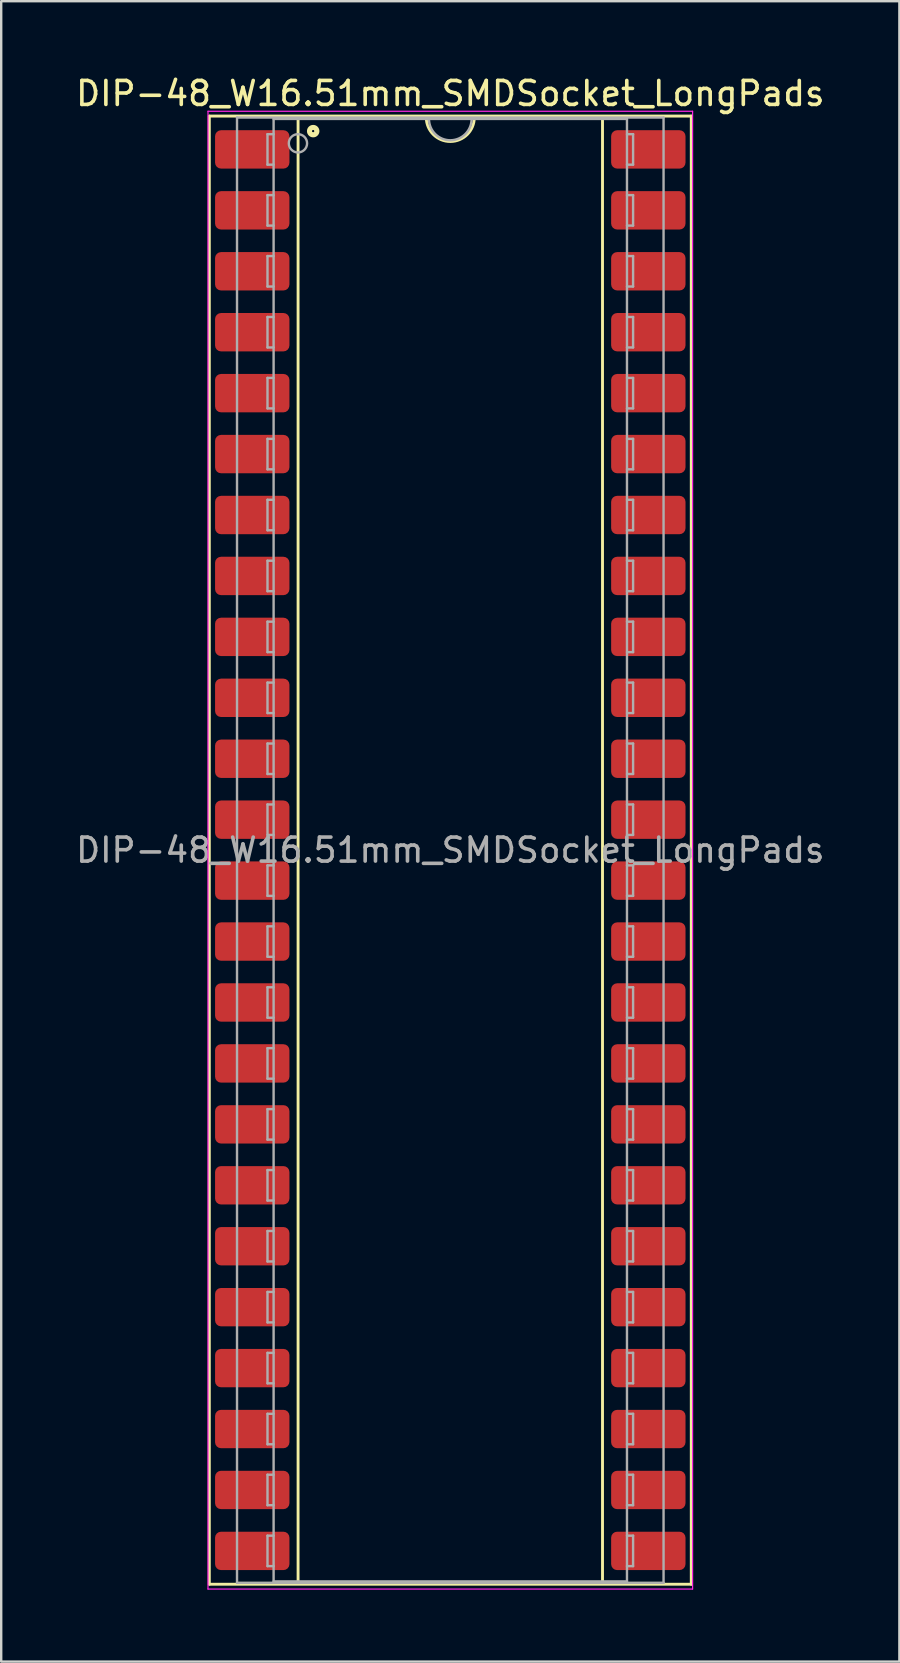
<source format=kicad_pcb>
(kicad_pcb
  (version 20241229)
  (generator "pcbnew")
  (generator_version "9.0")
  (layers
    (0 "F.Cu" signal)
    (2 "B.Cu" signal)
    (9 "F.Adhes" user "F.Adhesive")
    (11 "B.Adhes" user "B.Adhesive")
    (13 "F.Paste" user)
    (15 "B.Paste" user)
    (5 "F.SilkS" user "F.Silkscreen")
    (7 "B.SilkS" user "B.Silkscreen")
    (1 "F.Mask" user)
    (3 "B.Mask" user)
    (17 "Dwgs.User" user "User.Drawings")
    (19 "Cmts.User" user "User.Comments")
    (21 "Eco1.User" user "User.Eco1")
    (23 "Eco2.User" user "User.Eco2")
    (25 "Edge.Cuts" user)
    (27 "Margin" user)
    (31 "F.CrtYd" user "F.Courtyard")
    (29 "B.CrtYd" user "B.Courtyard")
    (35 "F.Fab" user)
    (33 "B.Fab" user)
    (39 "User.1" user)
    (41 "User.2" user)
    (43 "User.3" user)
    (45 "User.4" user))
  (footprint "DIP-48_W16.51mm_SMDSocket_LongPads"
    (layer "F.Cu")
    (at 15.72 32.388)
    (property "Reference" "DIP-48_W16.51mm_SMDSocket_LongPads" (at 0 -31.54 0) (layer "F.SilkS") (effects (font (size 1 1) (thickness 0.15))))
    (attr smd)
    (fp_line (start -10.045 -30.6) (end -10.045 30.6) (stroke (width 0.12) (type solid)) (layer "F.SilkS"))
    (fp_line (start -10.045 30.6) (end 10.045 30.6) (stroke (width 0.12) (type solid)) (layer "F.SilkS"))
    (fp_line (start -6.345 -30.54) (end -6.345 30.54) (stroke (width 0.12) (type solid)) (layer "F.SilkS"))
    (fp_line (start -6.345 30.54) (end 6.345 30.54) (stroke (width 0.12) (type solid)) (layer "F.SilkS"))
    (fp_line (start -1 -30.54) (end -6.345 -30.54) (stroke (width 0.12) (type solid)) (layer "F.SilkS"))
    (fp_line (start 6.345 -30.54) (end 1 -30.54) (stroke (width 0.12) (type solid)) (layer "F.SilkS"))
    (fp_line (start 6.345 30.54) (end 6.345 -30.54) (stroke (width 0.12) (type solid)) (layer "F.SilkS"))
    (fp_line (start 10.045 -30.6) (end -10.045 -30.6) (stroke (width 0.12) (type solid)) (layer "F.SilkS"))
    (fp_line (start 10.045 30.6) (end 10.045 -30.6) (stroke (width 0.12) (type solid)) (layer "F.SilkS"))
    (fp_arc (start 1 -30.54) (mid 0 -29.54) (end -1 -30.54) (stroke (width 0.12) (type solid)) (layer "F.SilkS"))
    (fp_circle (center -5.715 -29.972) (end -5.665 -29.972) (stroke (width 0.12) (type solid)) (fill no) (layer "F.SilkS"))
    (fp_circle (center -5.715 -29.972) (end -5.59 -29.972) (stroke (width 0.12) (type solid)) (fill no) (layer "F.SilkS"))
    (fp_circle (center -5.715 -29.972) (end -5.515 -29.972) (stroke (width 0.12) (type solid)) (fill no) (layer "F.SilkS"))
    (fp_line (start -10.1 -30.8) (end -10.1 30.8) (stroke (width 0.05) (type solid)) (layer "F.CrtYd"))
    (fp_line (start -10.1 30.8) (end 10.1 30.8) (stroke (width 0.05) (type solid)) (layer "F.CrtYd"))
    (fp_line (start 10.1 -30.8) (end -10.1 -30.8) (stroke (width 0.05) (type solid)) (layer "F.CrtYd"))
    (fp_line (start 10.1 30.8) (end 10.1 -30.8) (stroke (width 0.05) (type solid)) (layer "F.CrtYd"))
    (fp_line (start -8.89 -30.54) (end -8.89 30.54) (stroke (width 0.1) (type solid)) (layer "F.Fab"))
    (fp_line (start -8.89 30.54) (end 8.89 30.54) (stroke (width 0.1) (type solid)) (layer "F.Fab"))
    (fp_line (start -7.62 -29.845) (end -7.62 -28.575) (stroke (width 0.1) (type solid)) (layer "F.Fab"))
    (fp_line (start -7.62 -29.845) (end -7.366 -29.845) (stroke (width 0.1) (type solid)) (layer "F.Fab"))
    (fp_line (start -7.62 -28.575) (end -7.366 -28.575) (stroke (width 0.1) (type solid)) (layer "F.Fab"))
    (fp_line (start -7.62 -27.305) (end -7.62 -26.035) (stroke (width 0.1) (type solid)) (layer "F.Fab"))
    (fp_line (start -7.62 -27.305) (end -7.366 -27.305) (stroke (width 0.1) (type solid)) (layer "F.Fab"))
    (fp_line (start -7.62 -26.035) (end -7.366 -26.035) (stroke (width 0.1) (type solid)) (layer "F.Fab"))
    (fp_line (start -7.62 -24.765) (end -7.62 -23.495) (stroke (width 0.1) (type solid)) (layer "F.Fab"))
    (fp_line (start -7.62 -24.765) (end -7.366 -24.765) (stroke (width 0.1) (type solid)) (layer "F.Fab"))
    (fp_line (start -7.62 -23.495) (end -7.366 -23.495) (stroke (width 0.1) (type solid)) (layer "F.Fab"))
    (fp_line (start -7.62 -22.225) (end -7.62 -20.955) (stroke (width 0.1) (type solid)) (layer "F.Fab"))
    (fp_line (start -7.62 -22.225) (end -7.366 -22.225) (stroke (width 0.1) (type solid)) (layer "F.Fab"))
    (fp_line (start -7.62 -20.955) (end -7.366 -20.955) (stroke (width 0.1) (type solid)) (layer "F.Fab"))
    (fp_line (start -7.62 -19.685) (end -7.62 -18.415) (stroke (width 0.1) (type solid)) (layer "F.Fab"))
    (fp_line (start -7.62 -19.685) (end -7.366 -19.685) (stroke (width 0.1) (type solid)) (layer "F.Fab"))
    (fp_line (start -7.62 -18.415) (end -7.366 -18.415) (stroke (width 0.1) (type solid)) (layer "F.Fab"))
    (fp_line (start -7.62 -17.145) (end -7.62 -15.875) (stroke (width 0.1) (type solid)) (layer "F.Fab"))
    (fp_line (start -7.62 -17.145) (end -7.366 -17.145) (stroke (width 0.1) (type solid)) (layer "F.Fab"))
    (fp_line (start -7.62 -15.875) (end -7.366 -15.875) (stroke (width 0.1) (type solid)) (layer "F.Fab"))
    (fp_line (start -7.62 -14.605) (end -7.62 -13.335) (stroke (width 0.1) (type solid)) (layer "F.Fab"))
    (fp_line (start -7.62 -14.605) (end -7.366 -14.605) (stroke (width 0.1) (type solid)) (layer "F.Fab"))
    (fp_line (start -7.62 -13.335) (end -7.366 -13.335) (stroke (width 0.1) (type solid)) (layer "F.Fab"))
    (fp_line (start -7.62 -12.065) (end -7.62 -10.795) (stroke (width 0.1) (type solid)) (layer "F.Fab"))
    (fp_line (start -7.62 -12.065) (end -7.366 -12.065) (stroke (width 0.1) (type solid)) (layer "F.Fab"))
    (fp_line (start -7.62 -10.795) (end -7.366 -10.795) (stroke (width 0.1) (type solid)) (layer "F.Fab"))
    (fp_line (start -7.62 -9.525) (end -7.62 -8.255) (stroke (width 0.1) (type solid)) (layer "F.Fab"))
    (fp_line (start -7.62 -9.525) (end -7.366 -9.525) (stroke (width 0.1) (type solid)) (layer "F.Fab"))
    (fp_line (start -7.62 -8.255) (end -7.366 -8.255) (stroke (width 0.1) (type solid)) (layer "F.Fab"))
    (fp_line (start -7.62 -6.985) (end -7.62 -5.715) (stroke (width 0.1) (type solid)) (layer "F.Fab"))
    (fp_line (start -7.62 -6.985) (end -7.366 -6.985) (stroke (width 0.1) (type solid)) (layer "F.Fab"))
    (fp_line (start -7.62 -5.715) (end -7.366 -5.715) (stroke (width 0.1) (type solid)) (layer "F.Fab"))
    (fp_line (start -7.62 -4.445) (end -7.62 -3.175) (stroke (width 0.1) (type solid)) (layer "F.Fab"))
    (fp_line (start -7.62 -4.445) (end -7.366 -4.445) (stroke (width 0.1) (type solid)) (layer "F.Fab"))
    (fp_line (start -7.62 -3.175) (end -7.366 -3.175) (stroke (width 0.1) (type solid)) (layer "F.Fab"))
    (fp_line (start -7.62 -1.905) (end -7.62 -0.635) (stroke (width 0.1) (type solid)) (layer "F.Fab"))
    (fp_line (start -7.62 -1.905) (end -7.366 -1.905) (stroke (width 0.1) (type solid)) (layer "F.Fab"))
    (fp_line (start -7.62 -0.635) (end -7.366 -0.635) (stroke (width 0.1) (type solid)) (layer "F.Fab"))
    (fp_line (start -7.62 0.635) (end -7.62 1.905) (stroke (width 0.1) (type solid)) (layer "F.Fab"))
    (fp_line (start -7.62 0.635) (end -7.366 0.635) (stroke (width 0.1) (type solid)) (layer "F.Fab"))
    (fp_line (start -7.62 1.905) (end -7.366 1.905) (stroke (width 0.1) (type solid)) (layer "F.Fab"))
    (fp_line (start -7.62 3.175) (end -7.62 4.445) (stroke (width 0.1) (type solid)) (layer "F.Fab"))
    (fp_line (start -7.62 3.175) (end -7.366 3.175) (stroke (width 0.1) (type solid)) (layer "F.Fab"))
    (fp_line (start -7.62 4.445) (end -7.366 4.445) (stroke (width 0.1) (type solid)) (layer "F.Fab"))
    (fp_line (start -7.62 5.715) (end -7.62 6.985) (stroke (width 0.1) (type solid)) (layer "F.Fab"))
    (fp_line (start -7.62 5.715) (end -7.366 5.715) (stroke (width 0.1) (type solid)) (layer "F.Fab"))
    (fp_line (start -7.62 6.985) (end -7.366 6.985) (stroke (width 0.1) (type solid)) (layer "F.Fab"))
    (fp_line (start -7.62 8.255) (end -7.62 9.525) (stroke (width 0.1) (type solid)) (layer "F.Fab"))
    (fp_line (start -7.62 8.255) (end -7.366 8.255) (stroke (width 0.1) (type solid)) (layer "F.Fab"))
    (fp_line (start -7.62 9.525) (end -7.366 9.525) (stroke (width 0.1) (type solid)) (layer "F.Fab"))
    (fp_line (start -7.62 10.795) (end -7.62 12.065) (stroke (width 0.1) (type solid)) (layer "F.Fab"))
    (fp_line (start -7.62 10.795) (end -7.366 10.795) (stroke (width 0.1) (type solid)) (layer "F.Fab"))
    (fp_line (start -7.62 12.065) (end -7.366 12.065) (stroke (width 0.1) (type solid)) (layer "F.Fab"))
    (fp_line (start -7.62 13.335) (end -7.62 14.605) (stroke (width 0.1) (type solid)) (layer "F.Fab"))
    (fp_line (start -7.62 13.335) (end -7.366 13.335) (stroke (width 0.1) (type solid)) (layer "F.Fab"))
    (fp_line (start -7.62 14.605) (end -7.366 14.605) (stroke (width 0.1) (type solid)) (layer "F.Fab"))
    (fp_line (start -7.62 15.875) (end -7.62 17.145) (stroke (width 0.1) (type solid)) (layer "F.Fab"))
    (fp_line (start -7.62 15.875) (end -7.366 15.875) (stroke (width 0.1) (type solid)) (layer "F.Fab"))
    (fp_line (start -7.62 17.145) (end -7.366 17.145) (stroke (width 0.1) (type solid)) (layer "F.Fab"))
    (fp_line (start -7.62 18.415) (end -7.62 19.685) (stroke (width 0.1) (type solid)) (layer "F.Fab"))
    (fp_line (start -7.62 18.415) (end -7.366 18.415) (stroke (width 0.1) (type solid)) (layer "F.Fab"))
    (fp_line (start -7.62 19.685) (end -7.366 19.685) (stroke (width 0.1) (type solid)) (layer "F.Fab"))
    (fp_line (start -7.62 20.955) (end -7.62 22.225) (stroke (width 0.1) (type solid)) (layer "F.Fab"))
    (fp_line (start -7.62 20.955) (end -7.366 20.955) (stroke (width 0.1) (type solid)) (layer "F.Fab"))
    (fp_line (start -7.62 22.225) (end -7.366 22.225) (stroke (width 0.1) (type solid)) (layer "F.Fab"))
    (fp_line (start -7.62 23.495) (end -7.62 24.765) (stroke (width 0.1) (type solid)) (layer "F.Fab"))
    (fp_line (start -7.62 23.495) (end -7.366 23.495) (stroke (width 0.1) (type solid)) (layer "F.Fab"))
    (fp_line (start -7.62 24.765) (end -7.366 24.765) (stroke (width 0.1) (type solid)) (layer "F.Fab"))
    (fp_line (start -7.62 26.035) (end -7.62 27.305) (stroke (width 0.1) (type solid)) (layer "F.Fab"))
    (fp_line (start -7.62 26.035) (end -7.366 26.035) (stroke (width 0.1) (type solid)) (layer "F.Fab"))
    (fp_line (start -7.62 27.305) (end -7.366 27.305) (stroke (width 0.1) (type solid)) (layer "F.Fab"))
    (fp_line (start -7.62 28.575) (end -7.62 29.845) (stroke (width 0.1) (type solid)) (layer "F.Fab"))
    (fp_line (start -7.62 28.575) (end -7.366 28.575) (stroke (width 0.1) (type solid)) (layer "F.Fab"))
    (fp_line (start -7.62 29.845) (end -7.366 29.845) (stroke (width 0.1) (type solid)) (layer "F.Fab"))
    (fp_line (start -7.365 -30.48) (end 7.365 -30.48) (stroke (width 0.1) (type solid)) (layer "F.Fab"))
    (fp_line (start -7.365 30.48) (end -7.365 -30.48) (stroke (width 0.1) (type solid)) (layer "F.Fab"))
    (fp_line (start 7.365 -30.48) (end 7.365 30.48) (stroke (width 0.1) (type solid)) (layer "F.Fab"))
    (fp_line (start 7.365 30.48) (end -7.365 30.48) (stroke (width 0.1) (type solid)) (layer "F.Fab"))
    (fp_line (start 7.62 -29.845) (end 7.366 -29.845) (stroke (width 0.1) (type solid)) (layer "F.Fab"))
    (fp_line (start 7.62 -28.575) (end 7.366 -28.575) (stroke (width 0.1) (type solid)) (layer "F.Fab"))
    (fp_line (start 7.62 -28.575) (end 7.62 -29.845) (stroke (width 0.1) (type solid)) (layer "F.Fab"))
    (fp_line (start 7.62 -27.305) (end 7.366 -27.305) (stroke (width 0.1) (type solid)) (layer "F.Fab"))
    (fp_line (start 7.62 -26.035) (end 7.366 -26.035) (stroke (width 0.1) (type solid)) (layer "F.Fab"))
    (fp_line (start 7.62 -26.035) (end 7.62 -27.305) (stroke (width 0.1) (type solid)) (layer "F.Fab"))
    (fp_line (start 7.62 -24.765) (end 7.366 -24.765) (stroke (width 0.1) (type solid)) (layer "F.Fab"))
    (fp_line (start 7.62 -23.495) (end 7.366 -23.495) (stroke (width 0.1) (type solid)) (layer "F.Fab"))
    (fp_line (start 7.62 -23.495) (end 7.62 -24.765) (stroke (width 0.1) (type solid)) (layer "F.Fab"))
    (fp_line (start 7.62 -22.225) (end 7.366 -22.225) (stroke (width 0.1) (type solid)) (layer "F.Fab"))
    (fp_line (start 7.62 -20.955) (end 7.366 -20.955) (stroke (width 0.1) (type solid)) (layer "F.Fab"))
    (fp_line (start 7.62 -20.955) (end 7.62 -22.225) (stroke (width 0.1) (type solid)) (layer "F.Fab"))
    (fp_line (start 7.62 -19.685) (end 7.366 -19.685) (stroke (width 0.1) (type solid)) (layer "F.Fab"))
    (fp_line (start 7.62 -18.415) (end 7.366 -18.415) (stroke (width 0.1) (type solid)) (layer "F.Fab"))
    (fp_line (start 7.62 -18.415) (end 7.62 -19.685) (stroke (width 0.1) (type solid)) (layer "F.Fab"))
    (fp_line (start 7.62 -17.145) (end 7.366 -17.145) (stroke (width 0.1) (type solid)) (layer "F.Fab"))
    (fp_line (start 7.62 -15.875) (end 7.366 -15.875) (stroke (width 0.1) (type solid)) (layer "F.Fab"))
    (fp_line (start 7.62 -15.875) (end 7.62 -17.145) (stroke (width 0.1) (type solid)) (layer "F.Fab"))
    (fp_line (start 7.62 -14.605) (end 7.366 -14.605) (stroke (width 0.1) (type solid)) (layer "F.Fab"))
    (fp_line (start 7.62 -13.335) (end 7.366 -13.335) (stroke (width 0.1) (type solid)) (layer "F.Fab"))
    (fp_line (start 7.62 -13.335) (end 7.62 -14.605) (stroke (width 0.1) (type solid)) (layer "F.Fab"))
    (fp_line (start 7.62 -12.065) (end 7.366 -12.065) (stroke (width 0.1) (type solid)) (layer "F.Fab"))
    (fp_line (start 7.62 -10.795) (end 7.366 -10.795) (stroke (width 0.1) (type solid)) (layer "F.Fab"))
    (fp_line (start 7.62 -10.795) (end 7.62 -12.065) (stroke (width 0.1) (type solid)) (layer "F.Fab"))
    (fp_line (start 7.62 -9.525) (end 7.366 -9.525) (stroke (width 0.1) (type solid)) (layer "F.Fab"))
    (fp_line (start 7.62 -8.255) (end 7.366 -8.255) (stroke (width 0.1) (type solid)) (layer "F.Fab"))
    (fp_line (start 7.62 -8.255) (end 7.62 -9.525) (stroke (width 0.1) (type solid)) (layer "F.Fab"))
    (fp_line (start 7.62 -6.985) (end 7.366 -6.985) (stroke (width 0.1) (type solid)) (layer "F.Fab"))
    (fp_line (start 7.62 -5.715) (end 7.366 -5.715) (stroke (width 0.1) (type solid)) (layer "F.Fab"))
    (fp_line (start 7.62 -5.715) (end 7.62 -6.985) (stroke (width 0.1) (type solid)) (layer "F.Fab"))
    (fp_line (start 7.62 -4.445) (end 7.366 -4.445) (stroke (width 0.1) (type solid)) (layer "F.Fab"))
    (fp_line (start 7.62 -3.175) (end 7.366 -3.175) (stroke (width 0.1) (type solid)) (layer "F.Fab"))
    (fp_line (start 7.62 -3.175) (end 7.62 -4.445) (stroke (width 0.1) (type solid)) (layer "F.Fab"))
    (fp_line (start 7.62 -1.905) (end 7.366 -1.905) (stroke (width 0.1) (type solid)) (layer "F.Fab"))
    (fp_line (start 7.62 -0.635) (end 7.366 -0.635) (stroke (width 0.1) (type solid)) (layer "F.Fab"))
    (fp_line (start 7.62 -0.635) (end 7.62 -1.905) (stroke (width 0.1) (type solid)) (layer "F.Fab"))
    (fp_line (start 7.62 0.635) (end 7.366 0.635) (stroke (width 0.1) (type solid)) (layer "F.Fab"))
    (fp_line (start 7.62 1.905) (end 7.366 1.905) (stroke (width 0.1) (type solid)) (layer "F.Fab"))
    (fp_line (start 7.62 1.905) (end 7.62 0.635) (stroke (width 0.1) (type solid)) (layer "F.Fab"))
    (fp_line (start 7.62 3.175) (end 7.366 3.175) (stroke (width 0.1) (type solid)) (layer "F.Fab"))
    (fp_line (start 7.62 4.445) (end 7.366 4.445) (stroke (width 0.1) (type solid)) (layer "F.Fab"))
    (fp_line (start 7.62 4.445) (end 7.62 3.175) (stroke (width 0.1) (type solid)) (layer "F.Fab"))
    (fp_line (start 7.62 5.715) (end 7.366 5.715) (stroke (width 0.1) (type solid)) (layer "F.Fab"))
    (fp_line (start 7.62 6.985) (end 7.366 6.985) (stroke (width 0.1) (type solid)) (layer "F.Fab"))
    (fp_line (start 7.62 6.985) (end 7.62 5.715) (stroke (width 0.1) (type solid)) (layer "F.Fab"))
    (fp_line (start 7.62 8.255) (end 7.366 8.255) (stroke (width 0.1) (type solid)) (layer "F.Fab"))
    (fp_line (start 7.62 9.525) (end 7.366 9.525) (stroke (width 0.1) (type solid)) (layer "F.Fab"))
    (fp_line (start 7.62 9.525) (end 7.62 8.255) (stroke (width 0.1) (type solid)) (layer "F.Fab"))
    (fp_line (start 7.62 10.795) (end 7.366 10.795) (stroke (width 0.1) (type solid)) (layer "F.Fab"))
    (fp_line (start 7.62 12.065) (end 7.366 12.065) (stroke (width 0.1) (type solid)) (layer "F.Fab"))
    (fp_line (start 7.62 12.065) (end 7.62 10.795) (stroke (width 0.1) (type solid)) (layer "F.Fab"))
    (fp_line (start 7.62 13.335) (end 7.366 13.335) (stroke (width 0.1) (type solid)) (layer "F.Fab"))
    (fp_line (start 7.62 14.605) (end 7.366 14.605) (stroke (width 0.1) (type solid)) (layer "F.Fab"))
    (fp_line (start 7.62 14.605) (end 7.62 13.335) (stroke (width 0.1) (type solid)) (layer "F.Fab"))
    (fp_line (start 7.62 15.875) (end 7.366 15.875) (stroke (width 0.1) (type solid)) (layer "F.Fab"))
    (fp_line (start 7.62 17.145) (end 7.366 17.145) (stroke (width 0.1) (type solid)) (layer "F.Fab"))
    (fp_line (start 7.62 17.145) (end 7.62 15.875) (stroke (width 0.1) (type solid)) (layer "F.Fab"))
    (fp_line (start 7.62 18.415) (end 7.366 18.415) (stroke (width 0.1) (type solid)) (layer "F.Fab"))
    (fp_line (start 7.62 19.685) (end 7.366 19.685) (stroke (width 0.1) (type solid)) (layer "F.Fab"))
    (fp_line (start 7.62 19.685) (end 7.62 18.415) (stroke (width 0.1) (type solid)) (layer "F.Fab"))
    (fp_line (start 7.62 20.955) (end 7.366 20.955) (stroke (width 0.1) (type solid)) (layer "F.Fab"))
    (fp_line (start 7.62 22.225) (end 7.366 22.225) (stroke (width 0.1) (type solid)) (layer "F.Fab"))
    (fp_line (start 7.62 22.225) (end 7.62 20.955) (stroke (width 0.1) (type solid)) (layer "F.Fab"))
    (fp_line (start 7.62 23.495) (end 7.366 23.495) (stroke (width 0.1) (type solid)) (layer "F.Fab"))
    (fp_line (start 7.62 24.765) (end 7.366 24.765) (stroke (width 0.1) (type solid)) (layer "F.Fab"))
    (fp_line (start 7.62 24.765) (end 7.62 23.495) (stroke (width 0.1) (type solid)) (layer "F.Fab"))
    (fp_line (start 7.62 26.035) (end 7.366 26.035) (stroke (width 0.1) (type solid)) (layer "F.Fab"))
    (fp_line (start 7.62 27.305) (end 7.366 27.305) (stroke (width 0.1) (type solid)) (layer "F.Fab"))
    (fp_line (start 7.62 27.305) (end 7.62 26.035) (stroke (width 0.1) (type solid)) (layer "F.Fab"))
    (fp_line (start 7.62 28.575) (end 7.366 28.575) (stroke (width 0.1) (type solid)) (layer "F.Fab"))
    (fp_line (start 7.62 29.845) (end 7.366 29.845) (stroke (width 0.1) (type solid)) (layer "F.Fab"))
    (fp_line (start 7.62 29.845) (end 7.62 28.575) (stroke (width 0.1) (type solid)) (layer "F.Fab"))
    (fp_line (start 8.89 -30.54) (end -8.89 -30.54) (stroke (width 0.1) (type solid)) (layer "F.Fab"))
    (fp_line (start 8.89 30.54) (end 8.89 -30.54) (stroke (width 0.1) (type solid)) (layer "F.Fab"))
    (fp_arc (start 0.889 -30.48) (mid 0 -29.591) (end -0.889 -30.48) (stroke (width 0.1) (type solid)) (layer "F.Fab"))
    (fp_circle (center -6.35 -29.464) (end -5.969 -29.464) (stroke (width 0.1) (type solid)) (fill no) (layer "F.Fab"))
    (fp_text user "${REFERENCE}" (at 0 0 0) (layer "F.Fab") (effects (font (size 1 1) (thickness 0.15))))
    (pad "1" smd roundrect (at -8.255 -29.21) (size 3.1 1.6) (layers "F.Cu" "F.Mask" "F.Paste") (roundrect_rratio 0.156))
    (pad "2" smd roundrect (at -8.255 -26.67) (size 3.1 1.6) (layers "F.Cu" "F.Mask" "F.Paste") (roundrect_rratio 0.156))
    (pad "3" smd roundrect (at -8.255 -24.13) (size 3.1 1.6) (layers "F.Cu" "F.Mask" "F.Paste") (roundrect_rratio 0.156))
    (pad "4" smd roundrect (at -8.255 -21.59) (size 3.1 1.6) (layers "F.Cu" "F.Mask" "F.Paste") (roundrect_rratio 0.156))
    (pad "5" smd roundrect (at -8.255 -19.05) (size 3.1 1.6) (layers "F.Cu" "F.Mask" "F.Paste") (roundrect_rratio 0.156))
    (pad "6" smd roundrect (at -8.255 -16.51) (size 3.1 1.6) (layers "F.Cu" "F.Mask" "F.Paste") (roundrect_rratio 0.156))
    (pad "7" smd roundrect (at -8.255 -13.97) (size 3.1 1.6) (layers "F.Cu" "F.Mask" "F.Paste") (roundrect_rratio 0.156))
    (pad "8" smd roundrect (at -8.255 -11.43) (size 3.1 1.6) (layers "F.Cu" "F.Mask" "F.Paste") (roundrect_rratio 0.156))
    (pad "9" smd roundrect (at -8.255 -8.89) (size 3.1 1.6) (layers "F.Cu" "F.Mask" "F.Paste") (roundrect_rratio 0.156))
    (pad "10" smd roundrect (at -8.255 -6.35) (size 3.1 1.6) (layers "F.Cu" "F.Mask" "F.Paste") (roundrect_rratio 0.156))
    (pad "11" smd roundrect (at -8.255 -3.81) (size 3.1 1.6) (layers "F.Cu" "F.Mask" "F.Paste") (roundrect_rratio 0.156))
    (pad "12" smd roundrect (at -8.255 -1.27) (size 3.1 1.6) (layers "F.Cu" "F.Mask" "F.Paste") (roundrect_rratio 0.156))
    (pad "13" smd roundrect (at -8.255 1.27) (size 3.1 1.6) (layers "F.Cu" "F.Mask" "F.Paste") (roundrect_rratio 0.156))
    (pad "14" smd roundrect (at -8.255 3.81) (size 3.1 1.6) (layers "F.Cu" "F.Mask" "F.Paste") (roundrect_rratio 0.156))
    (pad "15" smd roundrect (at -8.255 6.35) (size 3.1 1.6) (layers "F.Cu" "F.Mask" "F.Paste") (roundrect_rratio 0.156))
    (pad "16" smd roundrect (at -8.255 8.89) (size 3.1 1.6) (layers "F.Cu" "F.Mask" "F.Paste") (roundrect_rratio 0.156))
    (pad "17" smd roundrect (at -8.255 11.43) (size 3.1 1.6) (layers "F.Cu" "F.Mask" "F.Paste") (roundrect_rratio 0.156))
    (pad "18" smd roundrect (at -8.255 13.97) (size 3.1 1.6) (layers "F.Cu" "F.Mask" "F.Paste") (roundrect_rratio 0.156))
    (pad "19" smd roundrect (at -8.255 16.51) (size 3.1 1.6) (layers "F.Cu" "F.Mask" "F.Paste") (roundrect_rratio 0.156))
    (pad "20" smd roundrect (at -8.255 19.05) (size 3.1 1.6) (layers "F.Cu" "F.Mask" "F.Paste") (roundrect_rratio 0.156))
    (pad "21" smd roundrect (at -8.255 21.59) (size 3.1 1.6) (layers "F.Cu" "F.Mask" "F.Paste") (roundrect_rratio 0.156))
    (pad "22" smd roundrect (at -8.255 24.13) (size 3.1 1.6) (layers "F.Cu" "F.Mask" "F.Paste") (roundrect_rratio 0.156))
    (pad "23" smd roundrect (at -8.255 26.67) (size 3.1 1.6) (layers "F.Cu" "F.Mask" "F.Paste") (roundrect_rratio 0.156))
    (pad "24" smd roundrect (at -8.255 29.21) (size 3.1 1.6) (layers "F.Cu" "F.Mask" "F.Paste") (roundrect_rratio 0.156))
    (pad "25" smd roundrect (at 8.255 29.21) (size 3.1 1.6) (layers "F.Cu" "F.Mask" "F.Paste") (roundrect_rratio 0.156))
    (pad "26" smd roundrect (at 8.255 26.67) (size 3.1 1.6) (layers "F.Cu" "F.Mask" "F.Paste") (roundrect_rratio 0.156))
    (pad "27" smd roundrect (at 8.255 24.13) (size 3.1 1.6) (layers "F.Cu" "F.Mask" "F.Paste") (roundrect_rratio 0.156))
    (pad "28" smd roundrect (at 8.255 21.59) (size 3.1 1.6) (layers "F.Cu" "F.Mask" "F.Paste") (roundrect_rratio 0.156))
    (pad "29" smd roundrect (at 8.255 19.05) (size 3.1 1.6) (layers "F.Cu" "F.Mask" "F.Paste") (roundrect_rratio 0.156))
    (pad "30" smd roundrect (at 8.255 16.51) (size 3.1 1.6) (layers "F.Cu" "F.Mask" "F.Paste") (roundrect_rratio 0.156))
    (pad "31" smd roundrect (at 8.255 13.97) (size 3.1 1.6) (layers "F.Cu" "F.Mask" "F.Paste") (roundrect_rratio 0.156))
    (pad "32" smd roundrect (at 8.255 11.43) (size 3.1 1.6) (layers "F.Cu" "F.Mask" "F.Paste") (roundrect_rratio 0.156))
    (pad "33" smd roundrect (at 8.255 8.89) (size 3.1 1.6) (layers "F.Cu" "F.Mask" "F.Paste") (roundrect_rratio 0.156))
    (pad "34" smd roundrect (at 8.255 6.35) (size 3.1 1.6) (layers "F.Cu" "F.Mask" "F.Paste") (roundrect_rratio 0.156))
    (pad "35" smd roundrect (at 8.255 3.81) (size 3.1 1.6) (layers "F.Cu" "F.Mask" "F.Paste") (roundrect_rratio 0.156))
    (pad "36" smd roundrect (at 8.255 1.27) (size 3.1 1.6) (layers "F.Cu" "F.Mask" "F.Paste") (roundrect_rratio 0.156))
    (pad "37" smd roundrect (at 8.255 -1.27) (size 3.1 1.6) (layers "F.Cu" "F.Mask" "F.Paste") (roundrect_rratio 0.156))
    (pad "38" smd roundrect (at 8.255 -3.81) (size 3.1 1.6) (layers "F.Cu" "F.Mask" "F.Paste") (roundrect_rratio 0.156))
    (pad "39" smd roundrect (at 8.255 -6.35) (size 3.1 1.6) (layers "F.Cu" "F.Mask" "F.Paste") (roundrect_rratio 0.156))
    (pad "40" smd roundrect (at 8.255 -8.89) (size 3.1 1.6) (layers "F.Cu" "F.Mask" "F.Paste") (roundrect_rratio 0.156))
    (pad "41" smd roundrect (at 8.255 -11.43) (size 3.1 1.6) (layers "F.Cu" "F.Mask" "F.Paste") (roundrect_rratio 0.156))
    (pad "42" smd roundrect (at 8.255 -13.97) (size 3.1 1.6) (layers "F.Cu" "F.Mask" "F.Paste") (roundrect_rratio 0.156))
    (pad "43" smd roundrect (at 8.255 -16.51) (size 3.1 1.6) (layers "F.Cu" "F.Mask" "F.Paste") (roundrect_rratio 0.156))
    (pad "44" smd roundrect (at 8.255 -19.05) (size 3.1 1.6) (layers "F.Cu" "F.Mask" "F.Paste") (roundrect_rratio 0.156))
    (pad "45" smd roundrect (at 8.255 -21.59) (size 3.1 1.6) (layers "F.Cu" "F.Mask" "F.Paste") (roundrect_rratio 0.156))
    (pad "46" smd roundrect (at 8.255 -24.13) (size 3.1 1.6) (layers "F.Cu" "F.Mask" "F.Paste") (roundrect_rratio 0.156))
    (pad "47" smd roundrect (at 8.255 -26.67) (size 3.1 1.6) (layers "F.Cu" "F.Mask" "F.Paste") (roundrect_rratio 0.156))
    (pad "48" smd roundrect (at 8.255 -29.21) (size 3.1 1.6) (layers "F.Cu" "F.Mask" "F.Paste") (roundrect_rratio 0.156)))
  (gr_rect
    (start -3 -3)
    (end 34.44 66.213)
    (stroke (width 0.1) (type default))
    (fill no)
    (layer "Edge.Cuts")))
</source>
